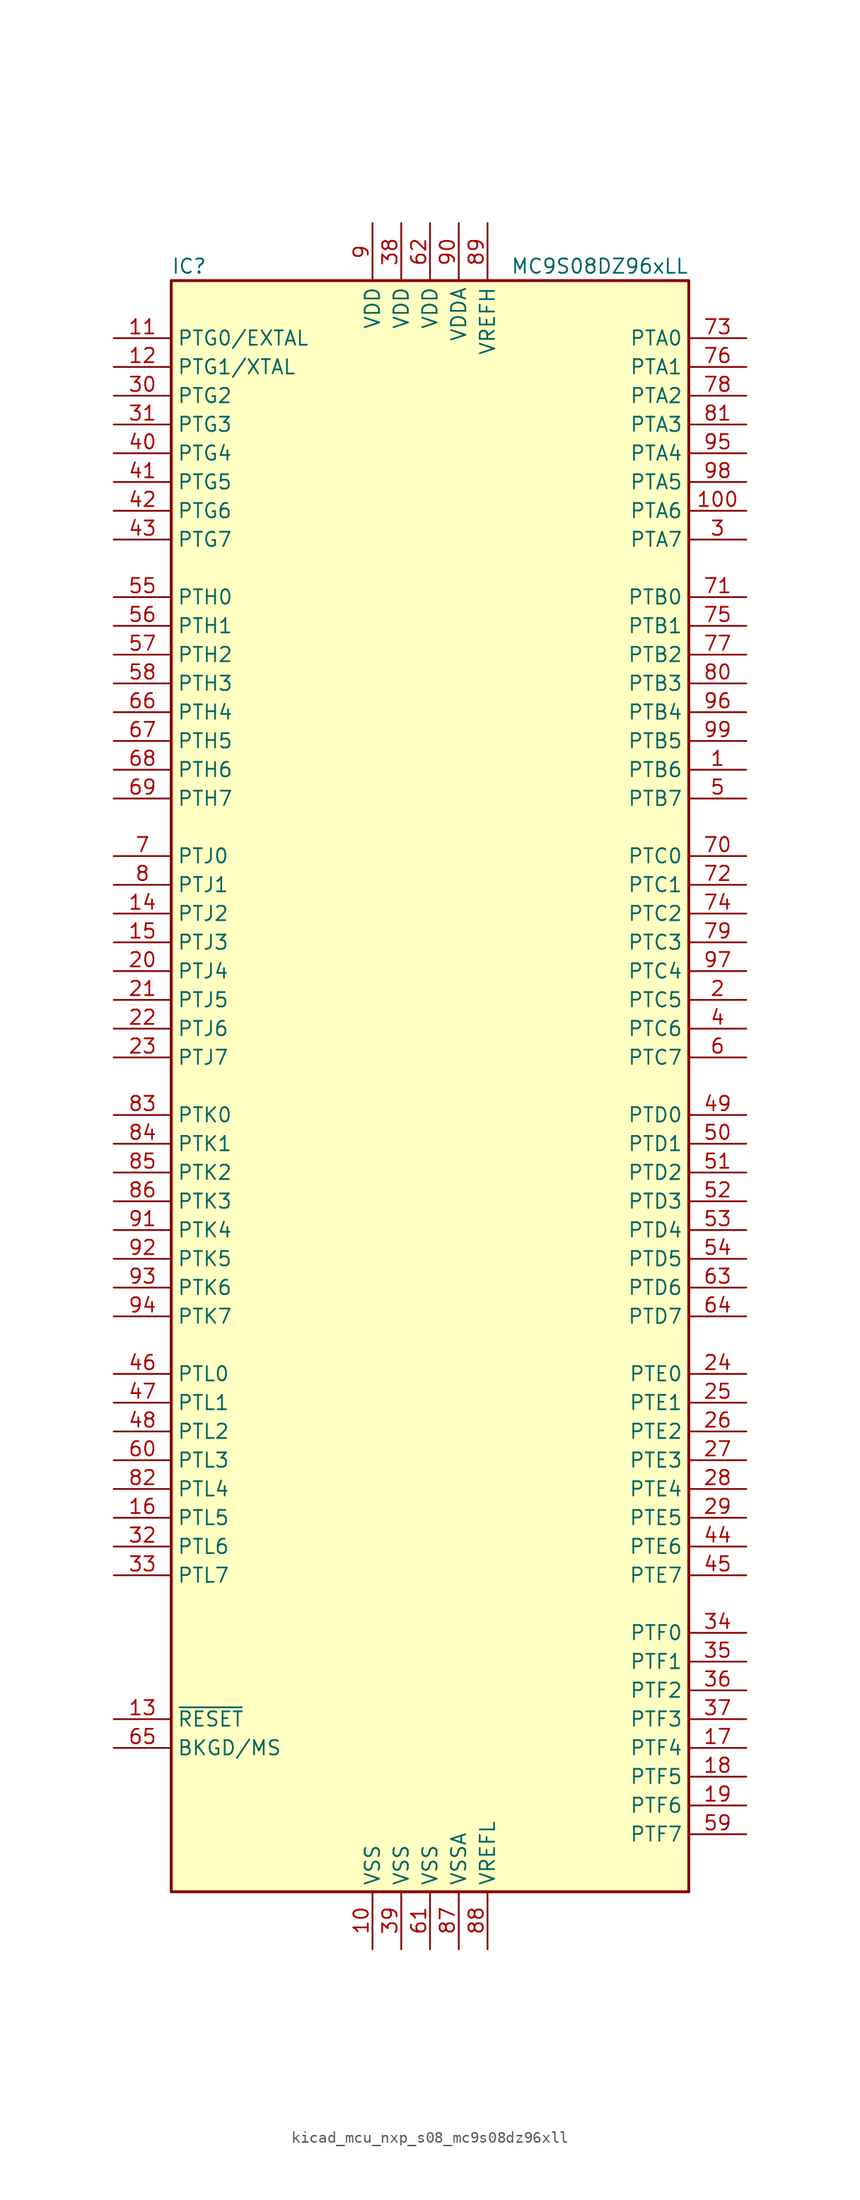
<source format=kicad_sym>
(kicad_symbol_lib
  (version 20220914)
  (generator kicad_symbol_editor)
  (symbol "kicad_mcu_nxp_s08_mc9s08dz96xll"
    (property "Reference" "IC"
      (at -22.86 72.39 0)
      (effects (font (size 1.27 1.27)) (justify left)))
    (property "Value" "MC9S08DZ96xLL"
      (at 22.86 72.39 0)
      (effects (font (size 1.27 1.27)) (justify right)))
    (symbol "kicad_mcu_nxp_s08_mc9s08dz96xll_0_1"
      (rectangle (start -22.86 71.12) (end 22.86 -71.12) (stroke (width 0.254) (type default)) (fill (type background))))
    (symbol "kicad_mcu_nxp_s08_mc9s08dz96xll_1_1"
      (pin bidirectional line (at 27.94 27.94 180) (length 5.08) (name "PTB6" (effects (font (size 1.27 1.27)))) (number "1" (effects (font (size 1.27 1.27)))))
      (pin power_in line (at -5.08 -76.2 90) (length 5.08) (name "VSS" (effects (font (size 1.27 1.27)))) (number "10" (effects (font (size 1.27 1.27)))))
      (pin bidirectional line (at 27.94 50.8 180) (length 5.08) (name "PTA6" (effects (font (size 1.27 1.27)))) (number "100" (effects (font (size 1.27 1.27)))))
      (pin bidirectional line (at -27.94 66.04 0) (length 5.08) (name "PTG0/EXTAL" (effects (font (size 1.27 1.27)))) (number "11" (effects (font (size 1.27 1.27)))))
      (pin bidirectional line (at -27.94 63.5 0) (length 5.08) (name "PTG1/XTAL" (effects (font (size 1.27 1.27)))) (number "12" (effects (font (size 1.27 1.27)))))
      (pin input line (at -27.94 -55.88 0) (length 5.08) (name "~{RESET}" (effects (font (size 1.27 1.27)))) (number "13" (effects (font (size 1.27 1.27)))))
      (pin bidirectional line (at -27.94 15.24 0) (length 5.08) (name "PTJ2" (effects (font (size 1.27 1.27)))) (number "14" (effects (font (size 1.27 1.27)))))
      (pin bidirectional line (at -27.94 12.7 0) (length 5.08) (name "PTJ3" (effects (font (size 1.27 1.27)))) (number "15" (effects (font (size 1.27 1.27)))))
      (pin bidirectional line (at -27.94 -38.1 0) (length 5.08) (name "PTL5" (effects (font (size 1.27 1.27)))) (number "16" (effects (font (size 1.27 1.27)))))
      (pin bidirectional line (at 27.94 -58.42 180) (length 5.08) (name "PTF4" (effects (font (size 1.27 1.27)))) (number "17" (effects (font (size 1.27 1.27)))))
      (pin bidirectional line (at 27.94 -60.96 180) (length 5.08) (name "PTF5" (effects (font (size 1.27 1.27)))) (number "18" (effects (font (size 1.27 1.27)))))
      (pin bidirectional line (at 27.94 -63.5 180) (length 5.08) (name "PTF6" (effects (font (size 1.27 1.27)))) (number "19" (effects (font (size 1.27 1.27)))))
      (pin bidirectional line (at 27.94 7.62 180) (length 5.08) (name "PTC5" (effects (font (size 1.27 1.27)))) (number "2" (effects (font (size 1.27 1.27)))))
      (pin bidirectional line (at -27.94 10.16 0) (length 5.08) (name "PTJ4" (effects (font (size 1.27 1.27)))) (number "20" (effects (font (size 1.27 1.27)))))
      (pin bidirectional line (at -27.94 7.62 0) (length 5.08) (name "PTJ5" (effects (font (size 1.27 1.27)))) (number "21" (effects (font (size 1.27 1.27)))))
      (pin bidirectional line (at -27.94 5.08 0) (length 5.08) (name "PTJ6" (effects (font (size 1.27 1.27)))) (number "22" (effects (font (size 1.27 1.27)))))
      (pin bidirectional line (at -27.94 2.54 0) (length 5.08) (name "PTJ7" (effects (font (size 1.27 1.27)))) (number "23" (effects (font (size 1.27 1.27)))))
      (pin bidirectional line (at 27.94 -25.4 180) (length 5.08) (name "PTE0" (effects (font (size 1.27 1.27)))) (number "24" (effects (font (size 1.27 1.27)))))
      (pin bidirectional line (at 27.94 -27.94 180) (length 5.08) (name "PTE1" (effects (font (size 1.27 1.27)))) (number "25" (effects (font (size 1.27 1.27)))))
      (pin bidirectional line (at 27.94 -30.48 180) (length 5.08) (name "PTE2" (effects (font (size 1.27 1.27)))) (number "26" (effects (font (size 1.27 1.27)))))
      (pin bidirectional line (at 27.94 -33.02 180) (length 5.08) (name "PTE3" (effects (font (size 1.27 1.27)))) (number "27" (effects (font (size 1.27 1.27)))))
      (pin bidirectional line (at 27.94 -35.56 180) (length 5.08) (name "PTE4" (effects (font (size 1.27 1.27)))) (number "28" (effects (font (size 1.27 1.27)))))
      (pin bidirectional line (at 27.94 -38.1 180) (length 5.08) (name "PTE5" (effects (font (size 1.27 1.27)))) (number "29" (effects (font (size 1.27 1.27)))))
      (pin bidirectional line (at 27.94 48.26 180) (length 5.08) (name "PTA7" (effects (font (size 1.27 1.27)))) (number "3" (effects (font (size 1.27 1.27)))))
      (pin bidirectional line (at -27.94 60.96 0) (length 5.08) (name "PTG2" (effects (font (size 1.27 1.27)))) (number "30" (effects (font (size 1.27 1.27)))))
      (pin bidirectional line (at -27.94 58.42 0) (length 5.08) (name "PTG3" (effects (font (size 1.27 1.27)))) (number "31" (effects (font (size 1.27 1.27)))))
      (pin bidirectional line (at -27.94 -40.64 0) (length 5.08) (name "PTL6" (effects (font (size 1.27 1.27)))) (number "32" (effects (font (size 1.27 1.27)))))
      (pin bidirectional line (at -27.94 -43.18 0) (length 5.08) (name "PTL7" (effects (font (size 1.27 1.27)))) (number "33" (effects (font (size 1.27 1.27)))))
      (pin bidirectional line (at 27.94 -48.26 180) (length 5.08) (name "PTF0" (effects (font (size 1.27 1.27)))) (number "34" (effects (font (size 1.27 1.27)))))
      (pin bidirectional line (at 27.94 -50.8 180) (length 5.08) (name "PTF1" (effects (font (size 1.27 1.27)))) (number "35" (effects (font (size 1.27 1.27)))))
      (pin bidirectional line (at 27.94 -53.34 180) (length 5.08) (name "PTF2" (effects (font (size 1.27 1.27)))) (number "36" (effects (font (size 1.27 1.27)))))
      (pin bidirectional line (at 27.94 -55.88 180) (length 5.08) (name "PTF3" (effects (font (size 1.27 1.27)))) (number "37" (effects (font (size 1.27 1.27)))))
      (pin power_in line (at -2.54 76.2 270) (length 5.08) (name "VDD" (effects (font (size 1.27 1.27)))) (number "38" (effects (font (size 1.27 1.27)))))
      (pin power_in line (at -2.54 -76.2 90) (length 5.08) (name "VSS" (effects (font (size 1.27 1.27)))) (number "39" (effects (font (size 1.27 1.27)))))
      (pin bidirectional line (at 27.94 5.08 180) (length 5.08) (name "PTC6" (effects (font (size 1.27 1.27)))) (number "4" (effects (font (size 1.27 1.27)))))
      (pin bidirectional line (at -27.94 55.88 0) (length 5.08) (name "PTG4" (effects (font (size 1.27 1.27)))) (number "40" (effects (font (size 1.27 1.27)))))
      (pin bidirectional line (at -27.94 53.34 0) (length 5.08) (name "PTG5" (effects (font (size 1.27 1.27)))) (number "41" (effects (font (size 1.27 1.27)))))
      (pin bidirectional line (at -27.94 50.8 0) (length 5.08) (name "PTG6" (effects (font (size 1.27 1.27)))) (number "42" (effects (font (size 1.27 1.27)))))
      (pin bidirectional line (at -27.94 48.26 0) (length 5.08) (name "PTG7" (effects (font (size 1.27 1.27)))) (number "43" (effects (font (size 1.27 1.27)))))
      (pin bidirectional line (at 27.94 -40.64 180) (length 5.08) (name "PTE6" (effects (font (size 1.27 1.27)))) (number "44" (effects (font (size 1.27 1.27)))))
      (pin bidirectional line (at 27.94 -43.18 180) (length 5.08) (name "PTE7" (effects (font (size 1.27 1.27)))) (number "45" (effects (font (size 1.27 1.27)))))
      (pin bidirectional line (at -27.94 -25.4 0) (length 5.08) (name "PTL0" (effects (font (size 1.27 1.27)))) (number "46" (effects (font (size 1.27 1.27)))))
      (pin bidirectional line (at -27.94 -27.94 0) (length 5.08) (name "PTL1" (effects (font (size 1.27 1.27)))) (number "47" (effects (font (size 1.27 1.27)))))
      (pin bidirectional line (at -27.94 -30.48 0) (length 5.08) (name "PTL2" (effects (font (size 1.27 1.27)))) (number "48" (effects (font (size 1.27 1.27)))))
      (pin bidirectional line (at 27.94 -2.54 180) (length 5.08) (name "PTD0" (effects (font (size 1.27 1.27)))) (number "49" (effects (font (size 1.27 1.27)))))
      (pin bidirectional line (at 27.94 25.4 180) (length 5.08) (name "PTB7" (effects (font (size 1.27 1.27)))) (number "5" (effects (font (size 1.27 1.27)))))
      (pin bidirectional line (at 27.94 -5.08 180) (length 5.08) (name "PTD1" (effects (font (size 1.27 1.27)))) (number "50" (effects (font (size 1.27 1.27)))))
      (pin bidirectional line (at 27.94 -7.62 180) (length 5.08) (name "PTD2" (effects (font (size 1.27 1.27)))) (number "51" (effects (font (size 1.27 1.27)))))
      (pin bidirectional line (at 27.94 -10.16 180) (length 5.08) (name "PTD3" (effects (font (size 1.27 1.27)))) (number "52" (effects (font (size 1.27 1.27)))))
      (pin bidirectional line (at 27.94 -12.7 180) (length 5.08) (name "PTD4" (effects (font (size 1.27 1.27)))) (number "53" (effects (font (size 1.27 1.27)))))
      (pin bidirectional line (at 27.94 -15.24 180) (length 5.08) (name "PTD5" (effects (font (size 1.27 1.27)))) (number "54" (effects (font (size 1.27 1.27)))))
      (pin bidirectional line (at -27.94 43.18 0) (length 5.08) (name "PTH0" (effects (font (size 1.27 1.27)))) (number "55" (effects (font (size 1.27 1.27)))))
      (pin bidirectional line (at -27.94 40.64 0) (length 5.08) (name "PTH1" (effects (font (size 1.27 1.27)))) (number "56" (effects (font (size 1.27 1.27)))))
      (pin bidirectional line (at -27.94 38.1 0) (length 5.08) (name "PTH2" (effects (font (size 1.27 1.27)))) (number "57" (effects (font (size 1.27 1.27)))))
      (pin bidirectional line (at -27.94 35.56 0) (length 5.08) (name "PTH3" (effects (font (size 1.27 1.27)))) (number "58" (effects (font (size 1.27 1.27)))))
      (pin bidirectional line (at 27.94 -66.04 180) (length 5.08) (name "PTF7" (effects (font (size 1.27 1.27)))) (number "59" (effects (font (size 1.27 1.27)))))
      (pin bidirectional line (at 27.94 2.54 180) (length 5.08) (name "PTC7" (effects (font (size 1.27 1.27)))) (number "6" (effects (font (size 1.27 1.27)))))
      (pin bidirectional line (at -27.94 -33.02 0) (length 5.08) (name "PTL3" (effects (font (size 1.27 1.27)))) (number "60" (effects (font (size 1.27 1.27)))))
      (pin power_in line (at 0 -76.2 90) (length 5.08) (name "VSS" (effects (font (size 1.27 1.27)))) (number "61" (effects (font (size 1.27 1.27)))))
      (pin power_in line (at 0 76.2 270) (length 5.08) (name "VDD" (effects (font (size 1.27 1.27)))) (number "62" (effects (font (size 1.27 1.27)))))
      (pin bidirectional line (at 27.94 -17.78 180) (length 5.08) (name "PTD6" (effects (font (size 1.27 1.27)))) (number "63" (effects (font (size 1.27 1.27)))))
      (pin bidirectional line (at 27.94 -20.32 180) (length 5.08) (name "PTD7" (effects (font (size 1.27 1.27)))) (number "64" (effects (font (size 1.27 1.27)))))
      (pin bidirectional line (at -27.94 -58.42 0) (length 5.08) (name "BKGD/MS" (effects (font (size 1.27 1.27)))) (number "65" (effects (font (size 1.27 1.27)))))
      (pin bidirectional line (at -27.94 33.02 0) (length 5.08) (name "PTH4" (effects (font (size 1.27 1.27)))) (number "66" (effects (font (size 1.27 1.27)))))
      (pin bidirectional line (at -27.94 30.48 0) (length 5.08) (name "PTH5" (effects (font (size 1.27 1.27)))) (number "67" (effects (font (size 1.27 1.27)))))
      (pin bidirectional line (at -27.94 27.94 0) (length 5.08) (name "PTH6" (effects (font (size 1.27 1.27)))) (number "68" (effects (font (size 1.27 1.27)))))
      (pin bidirectional line (at -27.94 25.4 0) (length 5.08) (name "PTH7" (effects (font (size 1.27 1.27)))) (number "69" (effects (font (size 1.27 1.27)))))
      (pin bidirectional line (at -27.94 20.32 0) (length 5.08) (name "PTJ0" (effects (font (size 1.27 1.27)))) (number "7" (effects (font (size 1.27 1.27)))))
      (pin bidirectional line (at 27.94 20.32 180) (length 5.08) (name "PTC0" (effects (font (size 1.27 1.27)))) (number "70" (effects (font (size 1.27 1.27)))))
      (pin bidirectional line (at 27.94 43.18 180) (length 5.08) (name "PTB0" (effects (font (size 1.27 1.27)))) (number "71" (effects (font (size 1.27 1.27)))))
      (pin bidirectional line (at 27.94 17.78 180) (length 5.08) (name "PTC1" (effects (font (size 1.27 1.27)))) (number "72" (effects (font (size 1.27 1.27)))))
      (pin bidirectional line (at 27.94 66.04 180) (length 5.08) (name "PTA0" (effects (font (size 1.27 1.27)))) (number "73" (effects (font (size 1.27 1.27)))))
      (pin bidirectional line (at 27.94 15.24 180) (length 5.08) (name "PTC2" (effects (font (size 1.27 1.27)))) (number "74" (effects (font (size 1.27 1.27)))))
      (pin bidirectional line (at 27.94 40.64 180) (length 5.08) (name "PTB1" (effects (font (size 1.27 1.27)))) (number "75" (effects (font (size 1.27 1.27)))))
      (pin bidirectional line (at 27.94 63.5 180) (length 5.08) (name "PTA1" (effects (font (size 1.27 1.27)))) (number "76" (effects (font (size 1.27 1.27)))))
      (pin bidirectional line (at 27.94 38.1 180) (length 5.08) (name "PTB2" (effects (font (size 1.27 1.27)))) (number "77" (effects (font (size 1.27 1.27)))))
      (pin bidirectional line (at 27.94 60.96 180) (length 5.08) (name "PTA2" (effects (font (size 1.27 1.27)))) (number "78" (effects (font (size 1.27 1.27)))))
      (pin bidirectional line (at 27.94 12.7 180) (length 5.08) (name "PTC3" (effects (font (size 1.27 1.27)))) (number "79" (effects (font (size 1.27 1.27)))))
      (pin bidirectional line (at -27.94 17.78 0) (length 5.08) (name "PTJ1" (effects (font (size 1.27 1.27)))) (number "8" (effects (font (size 1.27 1.27)))))
      (pin bidirectional line (at 27.94 35.56 180) (length 5.08) (name "PTB3" (effects (font (size 1.27 1.27)))) (number "80" (effects (font (size 1.27 1.27)))))
      (pin bidirectional line (at 27.94 58.42 180) (length 5.08) (name "PTA3" (effects (font (size 1.27 1.27)))) (number "81" (effects (font (size 1.27 1.27)))))
      (pin bidirectional line (at -27.94 -35.56 0) (length 5.08) (name "PTL4" (effects (font (size 1.27 1.27)))) (number "82" (effects (font (size 1.27 1.27)))))
      (pin bidirectional line (at -27.94 -2.54 0) (length 5.08) (name "PTK0" (effects (font (size 1.27 1.27)))) (number "83" (effects (font (size 1.27 1.27)))))
      (pin bidirectional line (at -27.94 -5.08 0) (length 5.08) (name "PTK1" (effects (font (size 1.27 1.27)))) (number "84" (effects (font (size 1.27 1.27)))))
      (pin bidirectional line (at -27.94 -7.62 0) (length 5.08) (name "PTK2" (effects (font (size 1.27 1.27)))) (number "85" (effects (font (size 1.27 1.27)))))
      (pin bidirectional line (at -27.94 -10.16 0) (length 5.08) (name "PTK3" (effects (font (size 1.27 1.27)))) (number "86" (effects (font (size 1.27 1.27)))))
      (pin power_in line (at 2.54 -76.2 90) (length 5.08) (name "VSSA" (effects (font (size 1.27 1.27)))) (number "87" (effects (font (size 1.27 1.27)))))
      (pin power_in line (at 5.08 -76.2 90) (length 5.08) (name "VREFL" (effects (font (size 1.27 1.27)))) (number "88" (effects (font (size 1.27 1.27)))))
      (pin power_in line (at 5.08 76.2 270) (length 5.08) (name "VREFH" (effects (font (size 1.27 1.27)))) (number "89" (effects (font (size 1.27 1.27)))))
      (pin power_in line (at -5.08 76.2 270) (length 5.08) (name "VDD" (effects (font (size 1.27 1.27)))) (number "9" (effects (font (size 1.27 1.27)))))
      (pin power_in line (at 2.54 76.2 270) (length 5.08) (name "VDDA" (effects (font (size 1.27 1.27)))) (number "90" (effects (font (size 1.27 1.27)))))
      (pin bidirectional line (at -27.94 -12.7 0) (length 5.08) (name "PTK4" (effects (font (size 1.27 1.27)))) (number "91" (effects (font (size 1.27 1.27)))))
      (pin bidirectional line (at -27.94 -15.24 0) (length 5.08) (name "PTK5" (effects (font (size 1.27 1.27)))) (number "92" (effects (font (size 1.27 1.27)))))
      (pin bidirectional line (at -27.94 -17.78 0) (length 5.08) (name "PTK6" (effects (font (size 1.27 1.27)))) (number "93" (effects (font (size 1.27 1.27)))))
      (pin bidirectional line (at -27.94 -20.32 0) (length 5.08) (name "PTK7" (effects (font (size 1.27 1.27)))) (number "94" (effects (font (size 1.27 1.27)))))
      (pin bidirectional line (at 27.94 55.88 180) (length 5.08) (name "PTA4" (effects (font (size 1.27 1.27)))) (number "95" (effects (font (size 1.27 1.27)))))
      (pin bidirectional line (at 27.94 33.02 180) (length 5.08) (name "PTB4" (effects (font (size 1.27 1.27)))) (number "96" (effects (font (size 1.27 1.27)))))
      (pin bidirectional line (at 27.94 10.16 180) (length 5.08) (name "PTC4" (effects (font (size 1.27 1.27)))) (number "97" (effects (font (size 1.27 1.27)))))
      (pin bidirectional line (at 27.94 53.34 180) (length 5.08) (name "PTA5" (effects (font (size 1.27 1.27)))) (number "98" (effects (font (size 1.27 1.27)))))
      (pin bidirectional line (at 27.94 30.48 180) (length 5.08) (name "PTB5" (effects (font (size 1.27 1.27)))) (number "99" (effects (font (size 1.27 1.27))))))))
</source>
